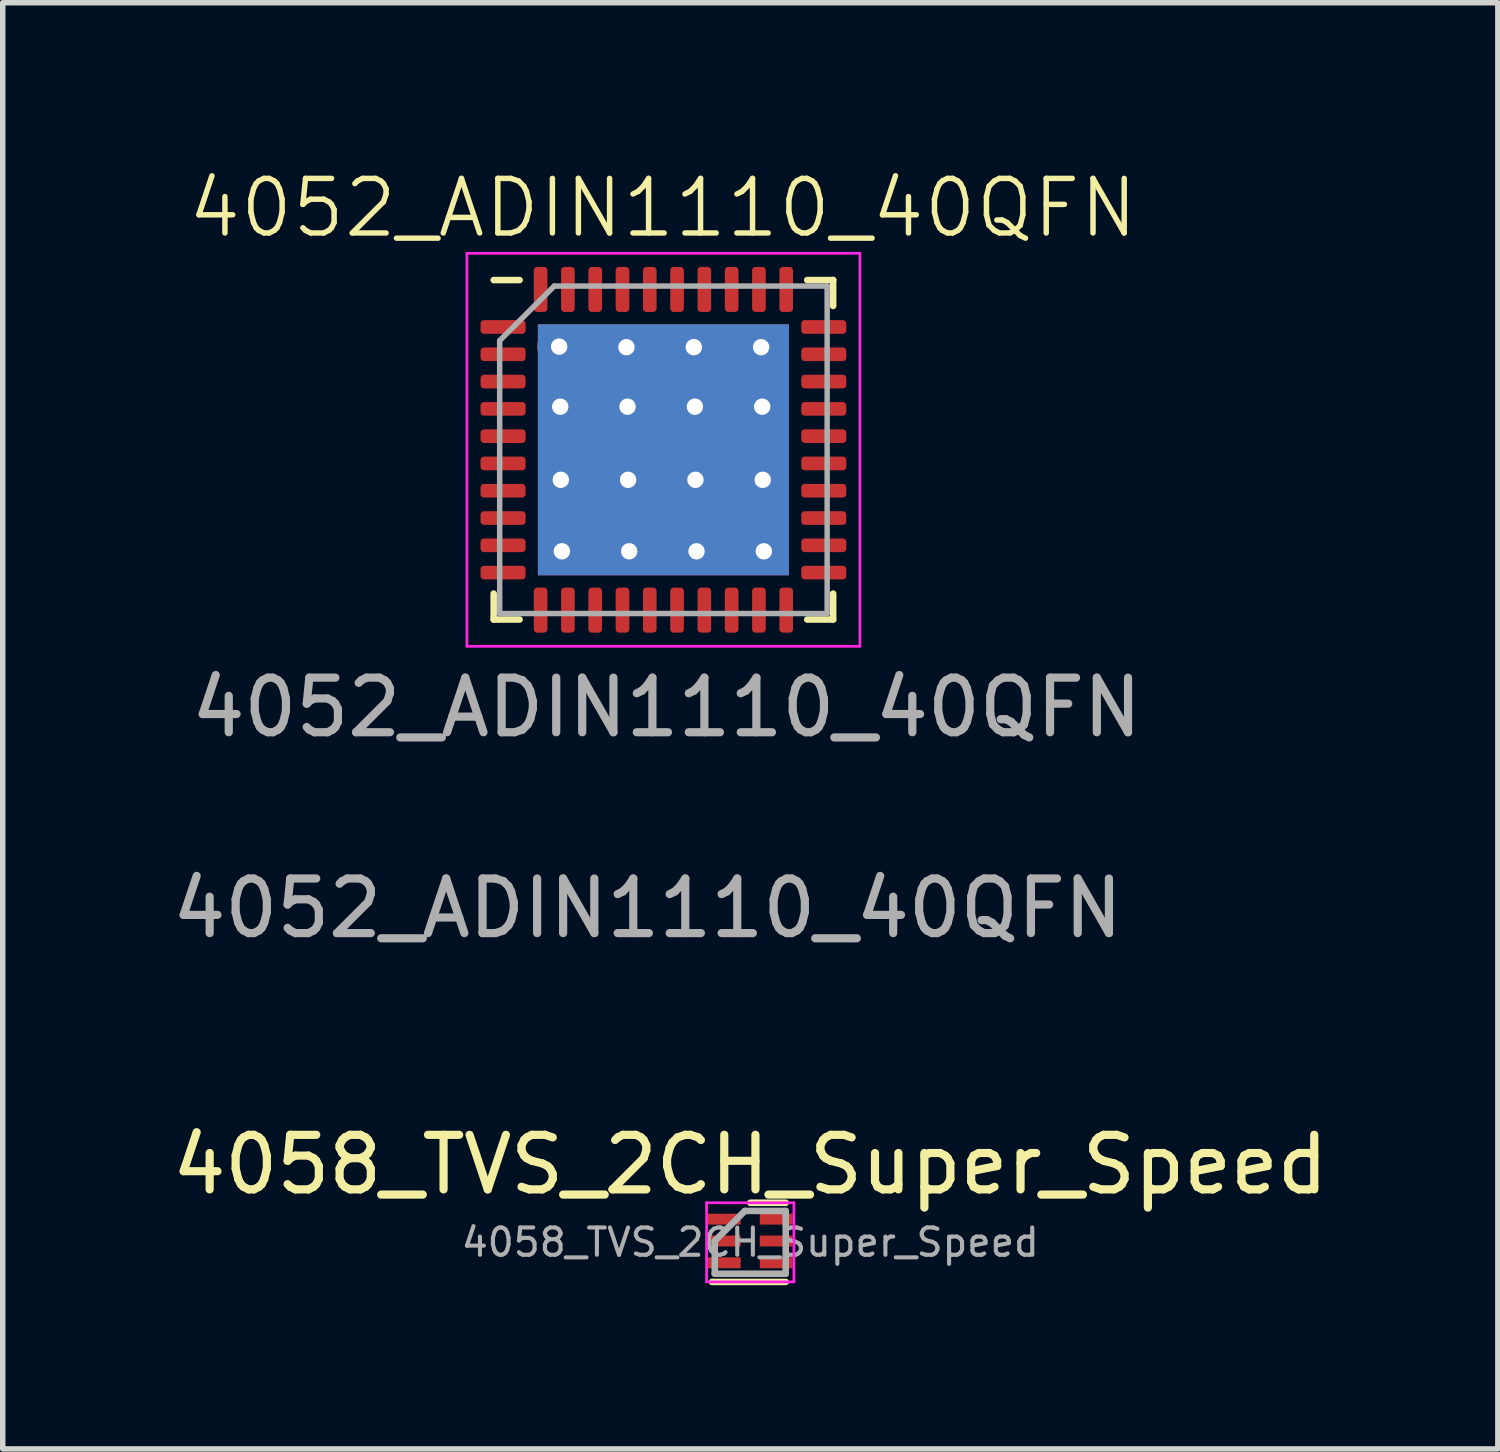
<source format=kicad_pcb>
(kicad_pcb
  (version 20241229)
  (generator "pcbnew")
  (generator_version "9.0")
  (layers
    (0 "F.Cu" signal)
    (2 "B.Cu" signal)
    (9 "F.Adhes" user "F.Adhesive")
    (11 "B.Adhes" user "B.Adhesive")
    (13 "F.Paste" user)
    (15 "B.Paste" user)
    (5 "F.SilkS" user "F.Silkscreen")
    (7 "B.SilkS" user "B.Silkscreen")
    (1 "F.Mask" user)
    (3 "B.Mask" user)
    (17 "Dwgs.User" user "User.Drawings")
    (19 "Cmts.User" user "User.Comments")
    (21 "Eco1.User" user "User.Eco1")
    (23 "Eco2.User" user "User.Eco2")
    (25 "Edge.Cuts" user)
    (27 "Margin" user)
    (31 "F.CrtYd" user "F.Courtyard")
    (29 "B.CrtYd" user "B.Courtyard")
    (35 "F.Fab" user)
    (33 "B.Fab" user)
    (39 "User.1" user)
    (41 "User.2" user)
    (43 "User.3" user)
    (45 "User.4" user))
  (footprint "4052_ADIN1110_40QFN"
    (layer "F.Cu")
    (at 9.105 5.191)
    (property "Reference" "4052_ADIN1110_40QFN" (at -0.01 -4.43 0) (unlocked yes) (layer "F.SilkS") (effects (font (size 1 1) (thickness 0.1))))
    (attr smd)
    (fp_line (start -3.11 3.11) (end -3.11 2.635) (stroke (width 0.12) (type solid)) (layer "F.SilkS"))
    (fp_line (start -2.635 -3.11) (end -3.11 -3.11) (stroke (width 0.12) (type solid)) (layer "F.SilkS"))
    (fp_line (start -2.635 3.11) (end -3.11 3.11) (stroke (width 0.12) (type solid)) (layer "F.SilkS"))
    (fp_line (start 2.635 -3.11) (end 3.11 -3.11) (stroke (width 0.12) (type solid)) (layer "F.SilkS"))
    (fp_line (start 2.635 3.11) (end 3.11 3.11) (stroke (width 0.12) (type solid)) (layer "F.SilkS"))
    (fp_line (start 3.11 -3.11) (end 3.11 -2.635) (stroke (width 0.12) (type solid)) (layer "F.SilkS"))
    (fp_line (start 3.11 3.11) (end 3.11 2.635) (stroke (width 0.12) (type solid)) (layer "F.SilkS"))
    (fp_line (start -3.6 -3.6) (end -3.6 3.6) (stroke (width 0.05) (type solid)) (layer "F.CrtYd"))
    (fp_line (start -3.6 3.6) (end 3.6 3.6) (stroke (width 0.05) (type solid)) (layer "F.CrtYd"))
    (fp_line (start 3.6 -3.6) (end -3.6 -3.6) (stroke (width 0.05) (type solid)) (layer "F.CrtYd"))
    (fp_line (start 3.6 3.6) (end 3.6 -3.6) (stroke (width 0.05) (type solid)) (layer "F.CrtYd"))
    (fp_line (start -3 -2) (end -2 -3) (stroke (width 0.1) (type solid)) (layer "F.Fab"))
    (fp_line (start -3 3) (end -3 -2) (stroke (width 0.1) (type solid)) (layer "F.Fab"))
    (fp_line (start -2 -3) (end 3 -3) (stroke (width 0.1) (type solid)) (layer "F.Fab"))
    (fp_line (start 3 -3) (end 3 3) (stroke (width 0.1) (type solid)) (layer "F.Fab"))
    (fp_line (start 3 3) (end -3 3) (stroke (width 0.1) (type solid)) (layer "F.Fab"))
    (fp_text user "${REFERENCE}" (at -0.29 8.4 0) (unlocked yes) (layer "F.Fab") (effects (font (size 1 1) (thickness 0.15))))
    (fp_text user "${REFERENCE}" (at 0.06 4.72 0) (layer "F.Fab") (effects (font (size 1 1) (thickness 0.15))))
    (pad "" smd custom (at -1.538 -1.538) (size 0.786 0.786) (layers "F.Paste") (options (anchor circle)) (primitives (gr_poly (pts (xy 0.34 -0.253) (xy 0.34 0.253) (xy 0.253 0.34) (xy -0.253 0.34) (xy -0.34 0.253) (xy -0.34 -0.253) (xy -0.253 -0.34) (xy 0.253 -0.34)) (width 0.21) (fill yes))))
    (pad "" smd custom (at -1.538 -0.512) (size 0.786 0.786) (layers "F.Paste") (options (anchor circle)) (primitives (gr_poly (pts (xy 0.34 -0.253) (xy 0.34 0.253) (xy 0.253 0.34) (xy -0.253 0.34) (xy -0.34 0.253) (xy -0.34 -0.253) (xy -0.253 -0.34) (xy 0.253 -0.34)) (width 0.21) (fill yes))))
    (pad "" smd custom (at -1.538 0.512) (size 0.786 0.786) (layers "F.Paste") (options (anchor circle)) (primitives (gr_poly (pts (xy 0.34 -0.253) (xy 0.34 0.253) (xy 0.253 0.34) (xy -0.253 0.34) (xy -0.34 0.253) (xy -0.34 -0.253) (xy -0.253 -0.34) (xy 0.253 -0.34)) (width 0.21) (fill yes))))
    (pad "" smd custom (at -1.538 1.538) (size 0.786 0.786) (layers "F.Paste") (options (anchor circle)) (primitives (gr_poly (pts (xy 0.34 -0.253) (xy 0.34 0.253) (xy 0.253 0.34) (xy -0.253 0.34) (xy -0.34 0.253) (xy -0.34 -0.253) (xy -0.253 -0.34) (xy 0.253 -0.34)) (width 0.21) (fill yes))))
    (pad "" smd custom (at -0.512 -1.538) (size 0.786 0.786) (layers "F.Paste") (options (anchor circle)) (primitives (gr_poly (pts (xy 0.34 -0.253) (xy 0.34 0.253) (xy 0.253 0.34) (xy -0.253 0.34) (xy -0.34 0.253) (xy -0.34 -0.253) (xy -0.253 -0.34) (xy 0.253 -0.34)) (width 0.21) (fill yes))))
    (pad "" smd custom (at -0.512 -0.512) (size 0.786 0.786) (layers "F.Paste") (options (anchor circle)) (primitives (gr_poly (pts (xy 0.34 -0.253) (xy 0.34 0.253) (xy 0.253 0.34) (xy -0.253 0.34) (xy -0.34 0.253) (xy -0.34 -0.253) (xy -0.253 -0.34) (xy 0.253 -0.34)) (width 0.21) (fill yes))))
    (pad "" smd custom (at -0.512 0.512) (size 0.786 0.786) (layers "F.Paste") (options (anchor circle)) (primitives (gr_poly (pts (xy 0.34 -0.253) (xy 0.34 0.253) (xy 0.253 0.34) (xy -0.253 0.34) (xy -0.34 0.253) (xy -0.34 -0.253) (xy -0.253 -0.34) (xy 0.253 -0.34)) (width 0.21) (fill yes))))
    (pad "" smd custom (at -0.512 1.538) (size 0.786 0.786) (layers "F.Paste") (options (anchor circle)) (primitives (gr_poly (pts (xy 0.34 -0.253) (xy 0.34 0.253) (xy 0.253 0.34) (xy -0.253 0.34) (xy -0.34 0.253) (xy -0.34 -0.253) (xy -0.253 -0.34) (xy 0.253 -0.34)) (width 0.21) (fill yes))))
    (pad "" smd custom (at 0.512 -1.538) (size 0.786 0.786) (layers "F.Paste") (options (anchor circle)) (primitives (gr_poly (pts (xy 0.34 -0.253) (xy 0.34 0.253) (xy 0.253 0.34) (xy -0.253 0.34) (xy -0.34 0.253) (xy -0.34 -0.253) (xy -0.253 -0.34) (xy 0.253 -0.34)) (width 0.21) (fill yes))))
    (pad "" smd custom (at 0.512 -0.512) (size 0.786 0.786) (layers "F.Paste") (options (anchor circle)) (primitives (gr_poly (pts (xy 0.34 -0.253) (xy 0.34 0.253) (xy 0.253 0.34) (xy -0.253 0.34) (xy -0.34 0.253) (xy -0.34 -0.253) (xy -0.253 -0.34) (xy 0.253 -0.34)) (width 0.21) (fill yes))))
    (pad "" smd custom (at 0.512 1.538) (size 0.786 0.786) (layers "F.Paste") (options (anchor circle)) (primitives (gr_poly (pts (xy 0.34 -0.253) (xy 0.34 0.253) (xy 0.253 0.34) (xy -0.253 0.34) (xy -0.34 0.253) (xy -0.34 -0.253) (xy -0.253 -0.34) (xy 0.253 -0.34)) (width 0.21) (fill yes))))
    (pad "" smd custom (at 1.538 -1.538) (size 0.786 0.786) (layers "F.Paste") (options (anchor circle)) (primitives (gr_poly (pts (xy 0.34 -0.253) (xy 0.34 0.253) (xy 0.253 0.34) (xy -0.253 0.34) (xy -0.34 0.253) (xy -0.34 -0.253) (xy -0.253 -0.34) (xy 0.253 -0.34)) (width 0.21) (fill yes))))
    (pad "" smd custom (at 1.538 -0.512) (size 0.786 0.786) (layers "F.Paste") (options (anchor circle)) (primitives (gr_poly (pts (xy 0.34 -0.253) (xy 0.34 0.253) (xy 0.253 0.34) (xy -0.253 0.34) (xy -0.34 0.253) (xy -0.34 -0.253) (xy -0.253 -0.34) (xy 0.253 -0.34)) (width 0.21) (fill yes))))
    (pad "" smd custom (at 1.538 0.512) (size 0.786 0.786) (layers "F.Paste") (options (anchor circle)) (primitives (gr_poly (pts (xy 0.34 -0.253) (xy 0.34 0.253) (xy 0.253 0.34) (xy -0.253 0.34) (xy -0.34 0.253) (xy -0.34 -0.253) (xy -0.253 -0.34) (xy 0.253 -0.34)) (width 0.21) (fill yes))))
    (pad "" smd custom (at 1.538 1.538) (size 0.786 0.786) (layers "F.Paste") (options (anchor circle)) (primitives (gr_poly (pts (xy 0.34 -0.253) (xy 0.34 0.253) (xy 0.253 0.34) (xy -0.253 0.34) (xy -0.34 0.253) (xy -0.34 -0.253) (xy -0.253 -0.34) (xy 0.253 -0.34)) (width 0.21) (fill yes))))
    (pad "1" smd roundrect (at -2.938 -2.25) (size 0.825 0.25) (layers "F.Cu" "F.Mask" "F.Paste") (roundrect_rratio 0.25))
    (pad "2" smd roundrect (at -2.938 -1.75) (size 0.825 0.25) (layers "F.Cu" "F.Mask" "F.Paste") (roundrect_rratio 0.25))
    (pad "3" smd roundrect (at -2.938 -1.25) (size 0.825 0.25) (layers "F.Cu" "F.Mask" "F.Paste") (roundrect_rratio 0.25))
    (pad "4" smd roundrect (at -2.938 -0.75) (size 0.825 0.25) (layers "F.Cu" "F.Mask" "F.Paste") (roundrect_rratio 0.25))
    (pad "5" smd roundrect (at -2.938 -0.25) (size 0.825 0.25) (layers "F.Cu" "F.Mask" "F.Paste") (roundrect_rratio 0.25))
    (pad "6" smd roundrect (at -2.938 0.25) (size 0.825 0.25) (layers "F.Cu" "F.Mask" "F.Paste") (roundrect_rratio 0.25))
    (pad "7" smd roundrect (at -2.938 0.75) (size 0.825 0.25) (layers "F.Cu" "F.Mask" "F.Paste") (roundrect_rratio 0.25))
    (pad "8" smd roundrect (at -2.938 1.25) (size 0.825 0.25) (layers "F.Cu" "F.Mask" "F.Paste") (roundrect_rratio 0.25))
    (pad "9" smd roundrect (at -2.938 1.75) (size 0.825 0.25) (layers "F.Cu" "F.Mask" "F.Paste") (roundrect_rratio 0.25))
    (pad "10" smd roundrect (at -2.938 2.25) (size 0.825 0.25) (layers "F.Cu" "F.Mask" "F.Paste") (roundrect_rratio 0.25))
    (pad "11" smd roundrect (at -2.25 2.938) (size 0.25 0.825) (layers "F.Cu" "F.Mask" "F.Paste") (roundrect_rratio 0.25))
    (pad "12" smd roundrect (at -1.75 2.938) (size 0.25 0.825) (layers "F.Cu" "F.Mask" "F.Paste") (roundrect_rratio 0.25))
    (pad "13" smd roundrect (at -1.25 2.938) (size 0.25 0.825) (layers "F.Cu" "F.Mask" "F.Paste") (roundrect_rratio 0.25))
    (pad "14" smd roundrect (at -0.75 2.938) (size 0.25 0.825) (layers "F.Cu" "F.Mask" "F.Paste") (roundrect_rratio 0.25))
    (pad "15" smd roundrect (at -0.25 2.938) (size 0.25 0.825) (layers "F.Cu" "F.Mask" "F.Paste") (roundrect_rratio 0.25))
    (pad "16" smd roundrect (at 0.25 2.938) (size 0.25 0.825) (layers "F.Cu" "F.Mask" "F.Paste") (roundrect_rratio 0.25))
    (pad "17" smd roundrect (at 0.75 2.938) (size 0.25 0.825) (layers "F.Cu" "F.Mask" "F.Paste") (roundrect_rratio 0.25))
    (pad "18" smd roundrect (at 1.25 2.938) (size 0.25 0.825) (layers "F.Cu" "F.Mask" "F.Paste") (roundrect_rratio 0.25))
    (pad "19" smd roundrect (at 1.75 2.938) (size 0.25 0.825) (layers "F.Cu" "F.Mask" "F.Paste") (roundrect_rratio 0.25))
    (pad "20" smd roundrect (at 2.25 2.938) (size 0.25 0.825) (layers "F.Cu" "F.Mask" "F.Paste") (roundrect_rratio 0.25))
    (pad "21" smd roundrect (at 2.938 2.25) (size 0.825 0.25) (layers "F.Cu" "F.Mask" "F.Paste") (roundrect_rratio 0.25))
    (pad "22" smd roundrect (at 2.938 1.75) (size 0.825 0.25) (layers "F.Cu" "F.Mask" "F.Paste") (roundrect_rratio 0.25))
    (pad "23" smd roundrect (at 2.938 1.25) (size 0.825 0.25) (layers "F.Cu" "F.Mask" "F.Paste") (roundrect_rratio 0.25))
    (pad "24" smd roundrect (at 2.938 0.75) (size 0.825 0.25) (layers "F.Cu" "F.Mask" "F.Paste") (roundrect_rratio 0.25))
    (pad "25" smd roundrect (at 2.938 0.25) (size 0.825 0.25) (layers "F.Cu" "F.Mask" "F.Paste") (roundrect_rratio 0.25))
    (pad "26" smd roundrect (at 2.938 -0.25) (size 0.825 0.25) (layers "F.Cu" "F.Mask" "F.Paste") (roundrect_rratio 0.25))
    (pad "27" smd roundrect (at 2.938 -0.75) (size 0.825 0.25) (layers "F.Cu" "F.Mask" "F.Paste") (roundrect_rratio 0.25))
    (pad "28" smd roundrect (at 2.938 -1.25) (size 0.825 0.25) (layers "F.Cu" "F.Mask" "F.Paste") (roundrect_rratio 0.25))
    (pad "29" smd roundrect (at 2.938 -1.75) (size 0.825 0.25) (layers "F.Cu" "F.Mask" "F.Paste") (roundrect_rratio 0.25))
    (pad "30" smd roundrect (at 2.938 -2.25) (size 0.825 0.25) (layers "F.Cu" "F.Mask" "F.Paste") (roundrect_rratio 0.25))
    (pad "31" smd roundrect (at 2.25 -2.938) (size 0.25 0.825) (layers "F.Cu" "F.Mask" "F.Paste") (roundrect_rratio 0.25))
    (pad "32" smd roundrect (at 1.75 -2.938) (size 0.25 0.825) (layers "F.Cu" "F.Mask" "F.Paste") (roundrect_rratio 0.25))
    (pad "33" smd roundrect (at 1.25 -2.938) (size 0.25 0.825) (layers "F.Cu" "F.Mask" "F.Paste") (roundrect_rratio 0.25))
    (pad "34" smd roundrect (at 0.75 -2.938) (size 0.25 0.825) (layers "F.Cu" "F.Mask" "F.Paste") (roundrect_rratio 0.25))
    (pad "35" smd roundrect (at 0.25 -2.938) (size 0.25 0.825) (layers "F.Cu" "F.Mask" "F.Paste") (roundrect_rratio 0.25))
    (pad "36" smd roundrect (at -0.25 -2.938) (size 0.25 0.825) (layers "F.Cu" "F.Mask" "F.Paste") (roundrect_rratio 0.25))
    (pad "37" smd roundrect (at -0.75 -2.938) (size 0.25 0.825) (layers "F.Cu" "F.Mask" "F.Paste") (roundrect_rratio 0.25))
    (pad "38" smd roundrect (at -1.25 -2.938) (size 0.25 0.825) (layers "F.Cu" "F.Mask" "F.Paste") (roundrect_rratio 0.25))
    (pad "39" smd roundrect (at -1.75 -2.938) (size 0.25 0.825) (layers "F.Cu" "F.Mask" "F.Paste") (roundrect_rratio 0.25))
    (pad "40" smd roundrect (at -2.25 -2.938) (size 0.25 0.825) (layers "F.Cu" "F.Mask" "F.Paste") (roundrect_rratio 0.25))
    (pad "41" thru_hole circle (at -1.91 -1.89) (size 0.8 0.8) (drill 0.3) (layers "*.Cu"))
    (pad "41" thru_hole circle (at -1.89 -0.79) (size 0.8 0.8) (drill 0.3) (layers "*.Cu"))
    (pad "41" thru_hole circle (at -1.88 0.55) (size 0.8 0.8) (drill 0.3) (layers "*.Cu"))
    (pad "41" thru_hole circle (at -1.86 1.86) (size 0.8 0.8) (drill 0.3) (layers "*.Cu"))
    (pad "41" thru_hole circle (at -0.677 -1.88) (size 0.8 0.8) (drill 0.3) (layers "*.Cu"))
    (pad "41" thru_hole circle (at -0.657 -0.79) (size 0.8 0.8) (drill 0.3) (layers "*.Cu"))
    (pad "41" thru_hole circle (at -0.647 0.55) (size 0.8 0.8) (drill 0.3) (layers "*.Cu"))
    (pad "41" thru_hole circle (at -0.627 1.86) (size 0.8 0.8) (drill 0.3) (layers "*.Cu"))
    (pad "41" smd rect (at 0 0) (size 4.6 4.6) (layers "F.Cu" "F.Mask"))
    (pad "41" smd rect (at 0 0) (size 4.6 4.6) (layers "B.Cu"))
    (pad "41" thru_hole circle (at 0.557 -1.88) (size 0.8 0.8) (drill 0.3) (layers "*.Cu"))
    (pad "41" thru_hole circle (at 0.577 -0.79) (size 0.8 0.8) (drill 0.3) (layers "*.Cu"))
    (pad "41" thru_hole circle (at 0.587 0.55) (size 0.8 0.8) (drill 0.3) (layers "*.Cu"))
    (pad "41" thru_hole circle (at 0.607 1.86) (size 0.8 0.8) (drill 0.3) (layers "*.Cu"))
    (pad "41" thru_hole circle (at 1.79 -1.88) (size 0.8 0.8) (drill 0.3) (layers "*.Cu"))
    (pad "41" thru_hole circle (at 1.81 -0.79) (size 0.8 0.8) (drill 0.3) (layers "*.Cu"))
    (pad "41" thru_hole circle (at 1.82 0.55) (size 0.8 0.8) (drill 0.3) (layers "*.Cu"))
    (pad "41" thru_hole circle (at 1.84 1.86) (size 0.8 0.8) (drill 0.3) (layers "*.Cu")))
  (footprint "4058_TVS_2CH_Super_Speed"
    (layer "F.Cu")
    (at 10.696 19.712)
    (property "Reference" "4058_TVS_2CH_Super_Speed" (at 0 -1.425 0) (unlocked yes) (layer "F.SilkS") (effects (font (size 1 1) (thickness 0.15))))
    (attr smd)
    (fp_line (start -0.7 0.725) (end 0.65 0.725) (stroke (width 0.12) (type solid)) (layer "F.SilkS"))
    (fp_line (start 0 -0.725) (end 0.65 -0.725) (stroke (width 0.12) (type solid)) (layer "F.SilkS"))
    (fp_line (start -0.8 -0.725) (end -0.8 0.725) (stroke (width 0.05) (type solid)) (layer "F.CrtYd"))
    (fp_line (start -0.8 -0.725) (end 0.8 -0.725) (stroke (width 0.05) (type solid)) (layer "F.CrtYd"))
    (fp_line (start 0.8 0.725) (end -0.8 0.725) (stroke (width 0.05) (type solid)) (layer "F.CrtYd"))
    (fp_line (start 0.8 0.725) (end 0.8 -0.725) (stroke (width 0.05) (type solid)) (layer "F.CrtYd"))
    (fp_line (start -0.65 -0.025) (end -0.65 0.575) (stroke (width 0.12) (type solid)) (layer "F.Fab"))
    (fp_line (start -0.65 0.575) (end 0.65 0.575) (stroke (width 0.12) (type solid)) (layer "F.Fab"))
    (fp_line (start -0.1 -0.575) (end -0.65 -0.025) (stroke (width 0.12) (type solid)) (layer "F.Fab"))
    (fp_line (start 0.65 -0.575) (end -0.1 -0.575) (stroke (width 0.12) (type solid)) (layer "F.Fab"))
    (fp_line (start 0.65 0.575) (end 0.65 -0.575) (stroke (width 0.12) (type solid)) (layer "F.Fab"))
    (fp_text user "${REFERENCE}" (at 0 0 0) (layer "F.Fab") (effects (font (size 0.5 0.5) (thickness 0.075))))
    (pad "1" smd rect (at -0.475 -0.425) (size 0.6 0.2) (layers "F.Cu" "F.Mask" "F.Paste"))
    (pad "2" smd rect (at -0.475 -0.025) (size 0.6 0.2) (layers "F.Cu" "F.Mask" "F.Paste"))
    (pad "3" smd rect (at -0.475 0.375) (size 0.6 0.2) (layers "F.Cu" "F.Mask" "F.Paste"))
    (pad "4" smd rect (at 0.475 0.375) (size 0.6 0.2) (layers "F.Cu" "F.Mask" "F.Paste"))
    (pad "5" smd rect (at 0.475 -0.025) (size 0.6 0.2) (layers "F.Cu" "F.Mask" "F.Paste"))
    (pad "6" smd rect (at 0.475 -0.425) (size 0.6 0.2) (layers "F.Cu" "F.Mask" "F.Paste")))
  (gr_rect
    (start -3 -3)
    (end 24.393 23.497)
    (stroke (width 0.1) (type default))
    (fill no)
    (layer "Edge.Cuts")))
</source>
